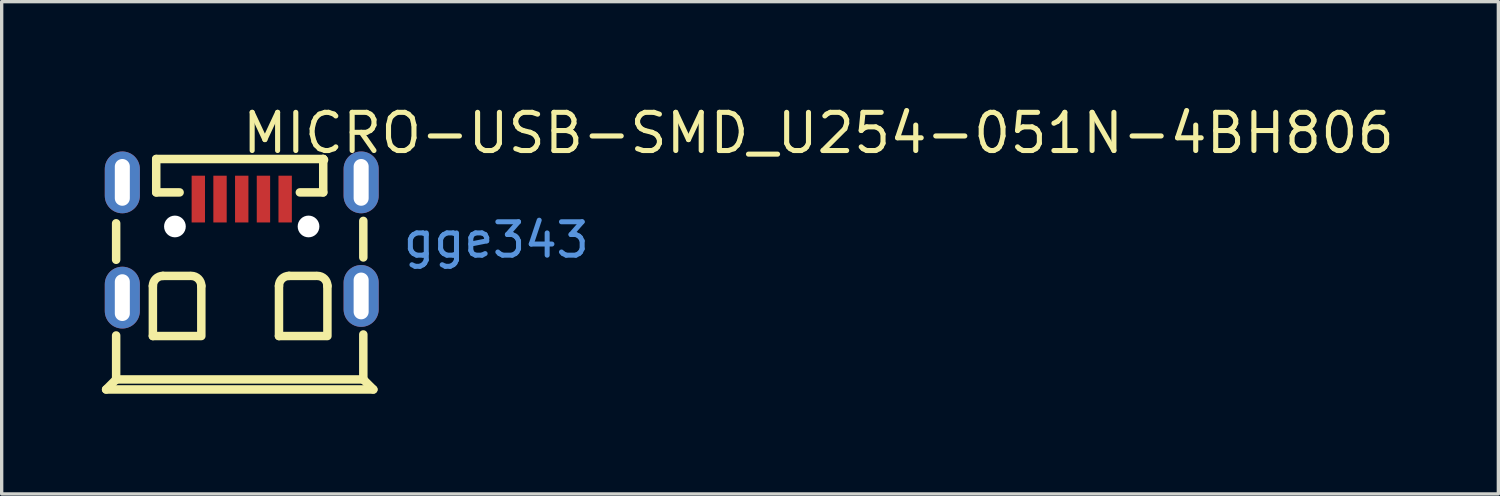
<source format=kicad_pcb>
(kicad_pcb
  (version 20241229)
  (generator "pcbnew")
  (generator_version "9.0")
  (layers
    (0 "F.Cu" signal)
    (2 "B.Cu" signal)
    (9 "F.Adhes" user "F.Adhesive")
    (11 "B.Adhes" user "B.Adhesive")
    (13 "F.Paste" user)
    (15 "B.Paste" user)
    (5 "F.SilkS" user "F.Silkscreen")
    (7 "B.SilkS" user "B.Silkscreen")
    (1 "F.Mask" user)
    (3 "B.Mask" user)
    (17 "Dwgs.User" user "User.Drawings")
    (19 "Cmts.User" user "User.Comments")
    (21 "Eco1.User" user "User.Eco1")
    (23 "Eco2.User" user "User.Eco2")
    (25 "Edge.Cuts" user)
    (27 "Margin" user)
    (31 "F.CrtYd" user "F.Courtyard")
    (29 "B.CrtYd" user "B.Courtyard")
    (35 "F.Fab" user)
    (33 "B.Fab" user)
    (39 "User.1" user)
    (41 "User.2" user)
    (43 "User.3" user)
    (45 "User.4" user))
  (footprint "MICRO-USB-SMD_U254-051N-4BH806"
    (layer "F.Cu")
    (at 4.187 4.135)
    (property "Reference" "MICRO-USB-SMD_U254-051N-4BH806" (at -0.06 -3.2 0) (layer "F.SilkS") (effects (font (size 1.143 1.143) (thickness 0.152)) (justify left)))
    (attr smd)
    (fp_line (start -4.06 4.475) (end 3.94 4.475) (stroke (width 0.254) (type solid)) (layer "F.SilkS"))
    (fp_line (start -3.76 0.592) (end -3.76 -0.5) (stroke (width 0.254) (type solid)) (layer "F.SilkS"))
    (fp_line (start -3.76 4.175) (end -4.06 4.475) (stroke (width 0.254) (type solid)) (layer "F.SilkS"))
    (fp_line (start -3.76 4.175) (end -3.76 2.858) (stroke (width 0.254) (type solid)) (layer "F.SilkS"))
    (fp_line (start -3.76 4.175) (end 3.64 4.175) (stroke (width 0.254) (type solid)) (layer "F.SilkS"))
    (fp_line (start -2.66 2.875) (end -2.66 1.375) (stroke (width 0.254) (type solid)) (layer "F.SilkS"))
    (fp_line (start -2.66 2.875) (end -1.26 2.875) (stroke (width 0.254) (type solid)) (layer "F.SilkS"))
    (fp_line (start -2.56 -2.425) (end -2.56 -1.425) (stroke (width 0.254) (type solid)) (layer "F.SilkS"))
    (fp_line (start -2.56 -2.425) (end 2.44 -2.425) (stroke (width 0.254) (type solid)) (layer "F.SilkS"))
    (fp_line (start -2.56 -1.425) (end -1.86 -1.425) (stroke (width 0.254) (type solid)) (layer "F.SilkS"))
    (fp_line (start -2.36 1.075) (end -1.56 1.075) (stroke (width 0.254) (type solid)) (layer "F.SilkS"))
    (fp_line (start -1.21 2.875) (end -1.21 1.375) (stroke (width 0.254) (type solid)) (layer "F.SilkS"))
    (fp_line (start 1.115 2.875) (end 1.115 1.375) (stroke (width 0.254) (type solid)) (layer "F.SilkS"))
    (fp_line (start 1.115 2.875) (end 2.515 2.875) (stroke (width 0.254) (type solid)) (layer "F.SilkS"))
    (fp_line (start 1.415 1.075) (end 2.215 1.075) (stroke (width 0.254) (type solid)) (layer "F.SilkS"))
    (fp_line (start 2.44 -2.425) (end 2.44 -1.425) (stroke (width 0.254) (type solid)) (layer "F.SilkS"))
    (fp_line (start 2.44 -1.425) (end 1.74 -1.425) (stroke (width 0.254) (type solid)) (layer "F.SilkS"))
    (fp_line (start 2.565 2.875) (end 2.565 1.375) (stroke (width 0.254) (type solid)) (layer "F.SilkS"))
    (fp_line (start 3.64 0.522) (end 3.64 -0.572) (stroke (width 0.254) (type solid)) (layer "F.SilkS"))
    (fp_line (start 3.64 4.175) (end 3.64 2.828) (stroke (width 0.254) (type solid)) (layer "F.SilkS"))
    (fp_line (start 3.64 4.175) (end 3.94 4.475) (stroke (width 0.254) (type solid)) (layer "F.SilkS"))
    (fp_arc (start -2.66 1.375) (mid -2.572132 1.162868) (end -2.36 1.075) (stroke (width 0.254) (type solid)) (layer "F.SilkS"))
    (fp_arc (start -1.51 1.075) (mid -1.297868 1.162868) (end -1.21 1.375) (stroke (width 0.254) (type solid)) (layer "F.SilkS"))
    (fp_arc (start 1.115 1.375) (mid 1.202868 1.162868) (end 1.415 1.075) (stroke (width 0.254) (type solid)) (layer "F.SilkS"))
    (fp_arc (start 2.265 1.075) (mid 2.477132 1.162868) (end 2.565 1.375) (stroke (width 0.254) (type solid)) (layer "F.SilkS"))
    (fp_arc (start 2.465 -2.4) (mid 2.447322 -2.407322) (end 2.44 -2.425) (stroke (width 0.254) (type solid)) (layer "F.SilkS"))
    (fp_poly (pts (xy -1.5 -1.925) (xy -1.1 -1.925) (xy -1.1 -0.525) (xy -1.5 -0.525)) (stroke (width 0) (type solid)) (fill yes) (layer "F.Paste"))
    (fp_poly (pts (xy -0.85 -1.925) (xy -0.45 -1.925) (xy -0.45 -0.525) (xy -0.85 -0.525)) (stroke (width 0) (type solid)) (fill yes) (layer "F.Paste"))
    (fp_poly (pts (xy -0.2 -1.925) (xy 0.2 -1.925) (xy 0.2 -0.525) (xy -0.2 -0.525)) (stroke (width 0) (type solid)) (fill yes) (layer "F.Paste"))
    (fp_poly (pts (xy 0.45 -1.925) (xy 0.85 -1.925) (xy 0.85 -0.525) (xy 0.45 -0.525)) (stroke (width 0) (type solid)) (fill yes) (layer "F.Paste"))
    (fp_poly (pts (xy 1.1 -1.925) (xy 1.5 -1.925) (xy 1.5 -0.525) (xy 1.1 -0.525)) (stroke (width 0) (type solid)) (fill yes) (layer "F.Paste"))
    (fp_poly (pts (xy -3.536 -2.648) (xy -3.562 -2.65) (xy -3.588 -2.65) (xy -3.614 -2.648) (xy -3.64 -2.646) (xy -3.666 -2.642) (xy -3.692 -2.637) (xy -3.717 -2.63) (xy -3.742 -2.623) (xy -3.767 -2.614) (xy -3.791 -2.603) (xy -3.814 -2.592) (xy -3.837 -2.58) (xy -3.86 -2.566) (xy -3.881 -2.551) (xy -3.902 -2.535) (xy -3.922 -2.519) (xy -3.942 -2.501) (xy -3.96 -2.482) (xy -3.977 -2.462) (xy -3.993 -2.442) (xy -4.009 -2.421) (xy -4.023 -2.399) (xy -4.036 -2.376) (xy -4.048 -2.353) (xy -4.059 -2.329) (xy -4.068 -2.304) (xy -4.077 -2.28) (xy -4.084 -2.254) (xy -4.09 -2.229) (xy -4.094 -2.203) (xy -4.097 -2.177) (xy -4.099 -2.151) (xy -4.1 -2.125) (xy -4.1 -1.325) (xy -4.099 -1.299) (xy -4.097 -1.273) (xy -4.094 -1.247) (xy -4.09 -1.221) (xy -4.084 -1.195) (xy -4.077 -1.17) (xy -4.068 -1.145) (xy -4.059 -1.121) (xy -4.048 -1.097) (xy -4.036 -1.074) (xy -4.023 -1.051) (xy -4.009 -1.029) (xy -3.993 -1.008) (xy -3.977 -0.987) (xy -3.96 -0.968) (xy -3.942 -0.949) (xy -3.922 -0.931) (xy -3.902 -0.914) (xy -3.881 -0.899) (xy -3.86 -0.884) (xy -3.837 -0.87) (xy -3.814 -0.858) (xy -3.791 -0.846) (xy -3.767 -0.836) (xy -3.742 -0.827) (xy -3.717 -0.82) (xy -3.692 -0.813) (xy -3.666 -0.808) (xy -3.64 -0.804) (xy -3.614 -0.801) (xy -3.588 -0.8) (xy -3.562 -0.8) (xy -3.536 -0.801) (xy -3.51 -0.804) (xy -3.484 -0.808) (xy -3.458 -0.813) (xy -3.433 -0.82) (xy -3.408 -0.827) (xy -3.383 -0.836) (xy -3.359 -0.846) (xy -3.335 -0.858) (xy -3.312 -0.87) (xy -3.29 -0.884) (xy -3.268 -0.899) (xy -3.248 -0.914) (xy -3.228 -0.931) (xy -3.208 -0.949) (xy -3.19 -0.968) (xy -3.173 -0.987) (xy -3.156 -1.008) (xy -3.141 -1.029) (xy -3.127 -1.051) (xy -3.114 -1.074) (xy -3.102 -1.097) (xy -3.091 -1.121) (xy -3.082 -1.145) (xy -3.073 -1.17) (xy -3.066 -1.195) (xy -3.06 -1.221) (xy -3.056 -1.247) (xy -3.053 -1.273) (xy -3.051 -1.299) (xy -3.05 -1.325) (xy -3.05 -2.125) (xy -3.051 -2.151) (xy -3.053 -2.177) (xy -3.056 -2.203) (xy -3.06 -2.229) (xy -3.066 -2.254) (xy -3.073 -2.28) (xy -3.082 -2.304) (xy -3.091 -2.329) (xy -3.102 -2.353) (xy -3.114 -2.376) (xy -3.127 -2.399) (xy -3.141 -2.421) (xy -3.156 -2.442) (xy -3.173 -2.462) (xy -3.19 -2.482) (xy -3.208 -2.501) (xy -3.228 -2.519) (xy -3.248 -2.535) (xy -3.268 -2.551) (xy -3.29 -2.566) (xy -3.312 -2.58) (xy -3.335 -2.592) (xy -3.359 -2.603) (xy -3.383 -2.614) (xy -3.408 -2.623) (xy -3.433 -2.63) (xy -3.458 -2.637) (xy -3.484 -2.642) (xy -3.51 -2.646)) (stroke (width 0) (type solid)) (fill yes) (layer "F.Paste"))
    (fp_poly (pts (xy -3.536 0.801) (xy -3.562 0.8) (xy -3.588 0.8) (xy -3.614 0.801) (xy -3.64 0.804) (xy -3.666 0.808) (xy -3.692 0.813) (xy -3.717 0.82) (xy -3.742 0.827) (xy -3.767 0.836) (xy -3.791 0.846) (xy -3.814 0.858) (xy -3.837 0.87) (xy -3.86 0.884) (xy -3.881 0.899) (xy -3.902 0.914) (xy -3.922 0.931) (xy -3.942 0.949) (xy -3.96 0.968) (xy -3.977 0.987) (xy -3.993 1.008) (xy -4.009 1.029) (xy -4.023 1.051) (xy -4.036 1.074) (xy -4.048 1.097) (xy -4.059 1.121) (xy -4.068 1.145) (xy -4.077 1.17) (xy -4.084 1.195) (xy -4.09 1.221) (xy -4.094 1.247) (xy -4.097 1.273) (xy -4.099 1.299) (xy -4.1 1.325) (xy -4.1 2.125) (xy -4.099 2.151) (xy -4.097 2.177) (xy -4.094 2.203) (xy -4.09 2.229) (xy -4.084 2.254) (xy -4.077 2.28) (xy -4.068 2.304) (xy -4.059 2.329) (xy -4.048 2.353) (xy -4.036 2.376) (xy -4.023 2.399) (xy -4.009 2.421) (xy -3.993 2.442) (xy -3.977 2.462) (xy -3.96 2.482) (xy -3.942 2.501) (xy -3.922 2.519) (xy -3.902 2.535) (xy -3.881 2.551) (xy -3.86 2.566) (xy -3.837 2.58) (xy -3.814 2.592) (xy -3.791 2.603) (xy -3.767 2.614) (xy -3.742 2.623) (xy -3.717 2.63) (xy -3.692 2.637) (xy -3.666 2.642) (xy -3.64 2.646) (xy -3.614 2.648) (xy -3.588 2.65) (xy -3.562 2.65) (xy -3.536 2.648) (xy -3.51 2.646) (xy -3.484 2.642) (xy -3.458 2.637) (xy -3.433 2.63) (xy -3.408 2.623) (xy -3.383 2.614) (xy -3.359 2.603) (xy -3.335 2.592) (xy -3.312 2.58) (xy -3.29 2.566) (xy -3.268 2.551) (xy -3.248 2.535) (xy -3.228 2.519) (xy -3.208 2.501) (xy -3.19 2.482) (xy -3.173 2.462) (xy -3.156 2.442) (xy -3.141 2.421) (xy -3.127 2.399) (xy -3.114 2.376) (xy -3.102 2.353) (xy -3.091 2.329) (xy -3.082 2.304) (xy -3.073 2.28) (xy -3.066 2.254) (xy -3.06 2.229) (xy -3.056 2.203) (xy -3.053 2.177) (xy -3.051 2.151) (xy -3.05 2.125) (xy -3.05 1.325) (xy -3.051 1.299) (xy -3.053 1.273) (xy -3.056 1.247) (xy -3.06 1.221) (xy -3.066 1.195) (xy -3.073 1.17) (xy -3.082 1.145) (xy -3.091 1.121) (xy -3.102 1.097) (xy -3.114 1.074) (xy -3.127 1.051) (xy -3.141 1.029) (xy -3.156 1.008) (xy -3.173 0.987) (xy -3.19 0.968) (xy -3.208 0.949) (xy -3.228 0.931) (xy -3.248 0.914) (xy -3.268 0.899) (xy -3.29 0.884) (xy -3.312 0.87) (xy -3.335 0.858) (xy -3.359 0.846) (xy -3.383 0.836) (xy -3.408 0.827) (xy -3.433 0.82) (xy -3.458 0.813) (xy -3.484 0.808) (xy -3.51 0.804)) (stroke (width 0) (type solid)) (fill yes) (layer "F.Paste"))
    (fp_poly (pts (xy 3.614 -2.648) (xy 3.588 -2.65) (xy 3.562 -2.65) (xy 3.536 -2.648) (xy 3.51 -2.646) (xy 3.484 -2.642) (xy 3.458 -2.637) (xy 3.433 -2.63) (xy 3.408 -2.623) (xy 3.383 -2.614) (xy 3.359 -2.603) (xy 3.335 -2.592) (xy 3.312 -2.58) (xy 3.29 -2.566) (xy 3.268 -2.551) (xy 3.248 -2.535) (xy 3.228 -2.519) (xy 3.208 -2.501) (xy 3.19 -2.482) (xy 3.173 -2.462) (xy 3.156 -2.442) (xy 3.141 -2.421) (xy 3.127 -2.399) (xy 3.114 -2.376) (xy 3.102 -2.353) (xy 3.091 -2.329) (xy 3.082 -2.304) (xy 3.073 -2.28) (xy 3.066 -2.254) (xy 3.06 -2.229) (xy 3.056 -2.203) (xy 3.053 -2.177) (xy 3.051 -2.151) (xy 3.05 -2.125) (xy 3.05 -1.325) (xy 3.051 -1.299) (xy 3.053 -1.273) (xy 3.056 -1.247) (xy 3.06 -1.221) (xy 3.066 -1.195) (xy 3.073 -1.17) (xy 3.082 -1.145) (xy 3.091 -1.121) (xy 3.102 -1.097) (xy 3.114 -1.074) (xy 3.127 -1.051) (xy 3.141 -1.029) (xy 3.156 -1.008) (xy 3.173 -0.987) (xy 3.19 -0.968) (xy 3.208 -0.949) (xy 3.228 -0.931) (xy 3.248 -0.914) (xy 3.268 -0.899) (xy 3.29 -0.884) (xy 3.312 -0.87) (xy 3.335 -0.858) (xy 3.359 -0.846) (xy 3.383 -0.836) (xy 3.408 -0.827) (xy 3.433 -0.82) (xy 3.458 -0.813) (xy 3.484 -0.808) (xy 3.51 -0.804) (xy 3.536 -0.801) (xy 3.562 -0.8) (xy 3.588 -0.8) (xy 3.614 -0.801) (xy 3.64 -0.804) (xy 3.666 -0.808) (xy 3.692 -0.813) (xy 3.717 -0.82) (xy 3.742 -0.827) (xy 3.767 -0.836) (xy 3.791 -0.846) (xy 3.814 -0.858) (xy 3.837 -0.87) (xy 3.86 -0.884) (xy 3.881 -0.899) (xy 3.902 -0.914) (xy 3.922 -0.931) (xy 3.942 -0.949) (xy 3.96 -0.968) (xy 3.977 -0.987) (xy 3.993 -1.008) (xy 4.009 -1.029) (xy 4.023 -1.051) (xy 4.036 -1.074) (xy 4.048 -1.097) (xy 4.059 -1.121) (xy 4.068 -1.145) (xy 4.077 -1.17) (xy 4.084 -1.195) (xy 4.09 -1.221) (xy 4.094 -1.247) (xy 4.097 -1.273) (xy 4.099 -1.299) (xy 4.1 -1.325) (xy 4.1 -2.125) (xy 4.099 -2.151) (xy 4.097 -2.177) (xy 4.094 -2.203) (xy 4.09 -2.229) (xy 4.084 -2.254) (xy 4.077 -2.28) (xy 4.068 -2.304) (xy 4.059 -2.329) (xy 4.048 -2.353) (xy 4.036 -2.376) (xy 4.023 -2.399) (xy 4.009 -2.421) (xy 3.993 -2.442) (xy 3.977 -2.462) (xy 3.96 -2.482) (xy 3.942 -2.501) (xy 3.922 -2.519) (xy 3.902 -2.535) (xy 3.881 -2.551) (xy 3.86 -2.566) (xy 3.837 -2.58) (xy 3.814 -2.592) (xy 3.791 -2.603) (xy 3.767 -2.614) (xy 3.742 -2.623) (xy 3.717 -2.63) (xy 3.692 -2.637) (xy 3.666 -2.642) (xy 3.64 -2.646)) (stroke (width 0) (type solid)) (fill yes) (layer "F.Paste"))
    (fp_poly (pts (xy 3.614 0.752) (xy 3.588 0.75) (xy 3.562 0.75) (xy 3.536 0.752) (xy 3.51 0.754) (xy 3.484 0.758) (xy 3.458 0.763) (xy 3.433 0.77) (xy 3.408 0.777) (xy 3.383 0.786) (xy 3.359 0.797) (xy 3.335 0.808) (xy 3.312 0.82) (xy 3.29 0.834) (xy 3.268 0.849) (xy 3.248 0.865) (xy 3.228 0.881) (xy 3.208 0.899) (xy 3.19 0.918) (xy 3.173 0.938) (xy 3.156 0.958) (xy 3.141 0.979) (xy 3.127 1.001) (xy 3.114 1.024) (xy 3.102 1.047) (xy 3.091 1.071) (xy 3.082 1.096) (xy 3.073 1.12) (xy 3.066 1.146) (xy 3.06 1.171) (xy 3.056 1.197) (xy 3.053 1.223) (xy 3.051 1.249) (xy 3.05 1.275) (xy 3.05 2.075) (xy 3.051 2.101) (xy 3.053 2.127) (xy 3.056 2.153) (xy 3.06 2.179) (xy 3.066 2.205) (xy 3.073 2.23) (xy 3.082 2.255) (xy 3.091 2.279) (xy 3.102 2.303) (xy 3.114 2.326) (xy 3.127 2.349) (xy 3.141 2.371) (xy 3.156 2.392) (xy 3.173 2.413) (xy 3.19 2.432) (xy 3.208 2.451) (xy 3.228 2.469) (xy 3.248 2.486) (xy 3.268 2.501) (xy 3.29 2.516) (xy 3.312 2.53) (xy 3.335 2.542) (xy 3.359 2.554) (xy 3.383 2.564) (xy 3.408 2.573) (xy 3.433 2.581) (xy 3.458 2.587) (xy 3.484 2.592) (xy 3.51 2.596) (xy 3.536 2.599) (xy 3.562 2.6) (xy 3.588 2.6) (xy 3.614 2.599) (xy 3.64 2.596) (xy 3.666 2.592) (xy 3.692 2.587) (xy 3.717 2.581) (xy 3.742 2.573) (xy 3.767 2.564) (xy 3.791 2.554) (xy 3.814 2.542) (xy 3.837 2.53) (xy 3.86 2.516) (xy 3.881 2.501) (xy 3.902 2.486) (xy 3.922 2.469) (xy 3.942 2.451) (xy 3.96 2.432) (xy 3.977 2.413) (xy 3.993 2.392) (xy 4.009 2.371) (xy 4.023 2.349) (xy 4.036 2.326) (xy 4.048 2.303) (xy 4.059 2.279) (xy 4.068 2.255) (xy 4.077 2.23) (xy 4.084 2.205) (xy 4.09 2.179) (xy 4.094 2.153) (xy 4.097 2.127) (xy 4.099 2.101) (xy 4.1 2.075) (xy 4.1 1.275) (xy 4.099 1.249) (xy 4.097 1.223) (xy 4.094 1.197) (xy 4.09 1.171) (xy 4.084 1.146) (xy 4.077 1.12) (xy 4.068 1.096) (xy 4.059 1.071) (xy 4.048 1.047) (xy 4.036 1.024) (xy 4.023 1.001) (xy 4.009 0.979) (xy 3.993 0.958) (xy 3.977 0.938) (xy 3.96 0.918) (xy 3.942 0.899) (xy 3.922 0.881) (xy 3.902 0.865) (xy 3.881 0.849) (xy 3.86 0.834) (xy 3.837 0.82) (xy 3.814 0.808) (xy 3.791 0.797) (xy 3.767 0.786) (xy 3.742 0.777) (xy 3.717 0.77) (xy 3.692 0.763) (xy 3.666 0.758) (xy 3.64 0.754)) (stroke (width 0) (type solid)) (fill yes) (layer "F.Paste"))
    (fp_circle (center -2 -0.405) (end -1.9 -0.405) (stroke (width 0.2) (type solid)) (fill no) (layer "Cmts.User"))
    (fp_circle (center 2 -0.405) (end 2.1 -0.405) (stroke (width 0.2) (type solid)) (fill no) (layer "Cmts.User"))
    (fp_text user "gge343" (at 7.62 0 0) (layer "Cmts.User") (effects (font (size 1 1) (thickness 0.15))))
    (pad "" np_thru_hole circle (at -2 -0.405) (size 0.65 0.65) (drill 0.65) (layers "*.Cu" "*.Mask"))
    (pad "" np_thru_hole circle (at 2 -0.405) (size 0.65 0.65) (drill 0.65) (layers "*.Cu" "*.Mask"))
    (pad "1" smd rect (at -1.3 -1.225) (size 0.4 1.4) (layers "F.Cu" "F.Mask" "F.Paste"))
    (pad "2" smd rect (at -0.65 -1.225) (size 0.4 1.4) (layers "F.Cu" "F.Mask" "F.Paste"))
    (pad "3" smd rect (at 0 -1.225) (size 0.4 1.4) (layers "F.Cu" "F.Mask" "F.Paste"))
    (pad "4" smd rect (at 0.65 -1.225) (size 0.4 1.4) (layers "F.Cu" "F.Mask" "F.Paste"))
    (pad "5" smd rect (at 1.3 -1.225) (size 0.4 1.4) (layers "F.Cu" "F.Mask" "F.Paste"))
    (pad "6" thru_hole oval (at -3.575 -1.725) (size 1.05 1.85) (drill oval 0.45 1.4) (layers "*.Cu" "*.Paste" "*.Mask"))
    (pad "7" thru_hole oval (at -3.575 1.725) (size 1.05 1.85) (drill oval 0.45 1.4) (layers "*.Cu" "*.Paste" "*.Mask"))
    (pad "8" thru_hole oval (at 3.575 -1.725) (size 1.05 1.85) (drill oval 0.45 1.4) (layers "*.Cu" "*.Paste" "*.Mask"))
    (pad "9" thru_hole oval (at 3.575 1.675) (size 1.05 1.85) (drill oval 0.45 1.4) (layers "*.Cu" "*.Paste" "*.Mask")))
  (gr_rect
    (start -3 -3)
    (end 41.808 11.737)
    (stroke (width 0.1) (type default))
    (fill no)
    (layer "Edge.Cuts")))
</source>
